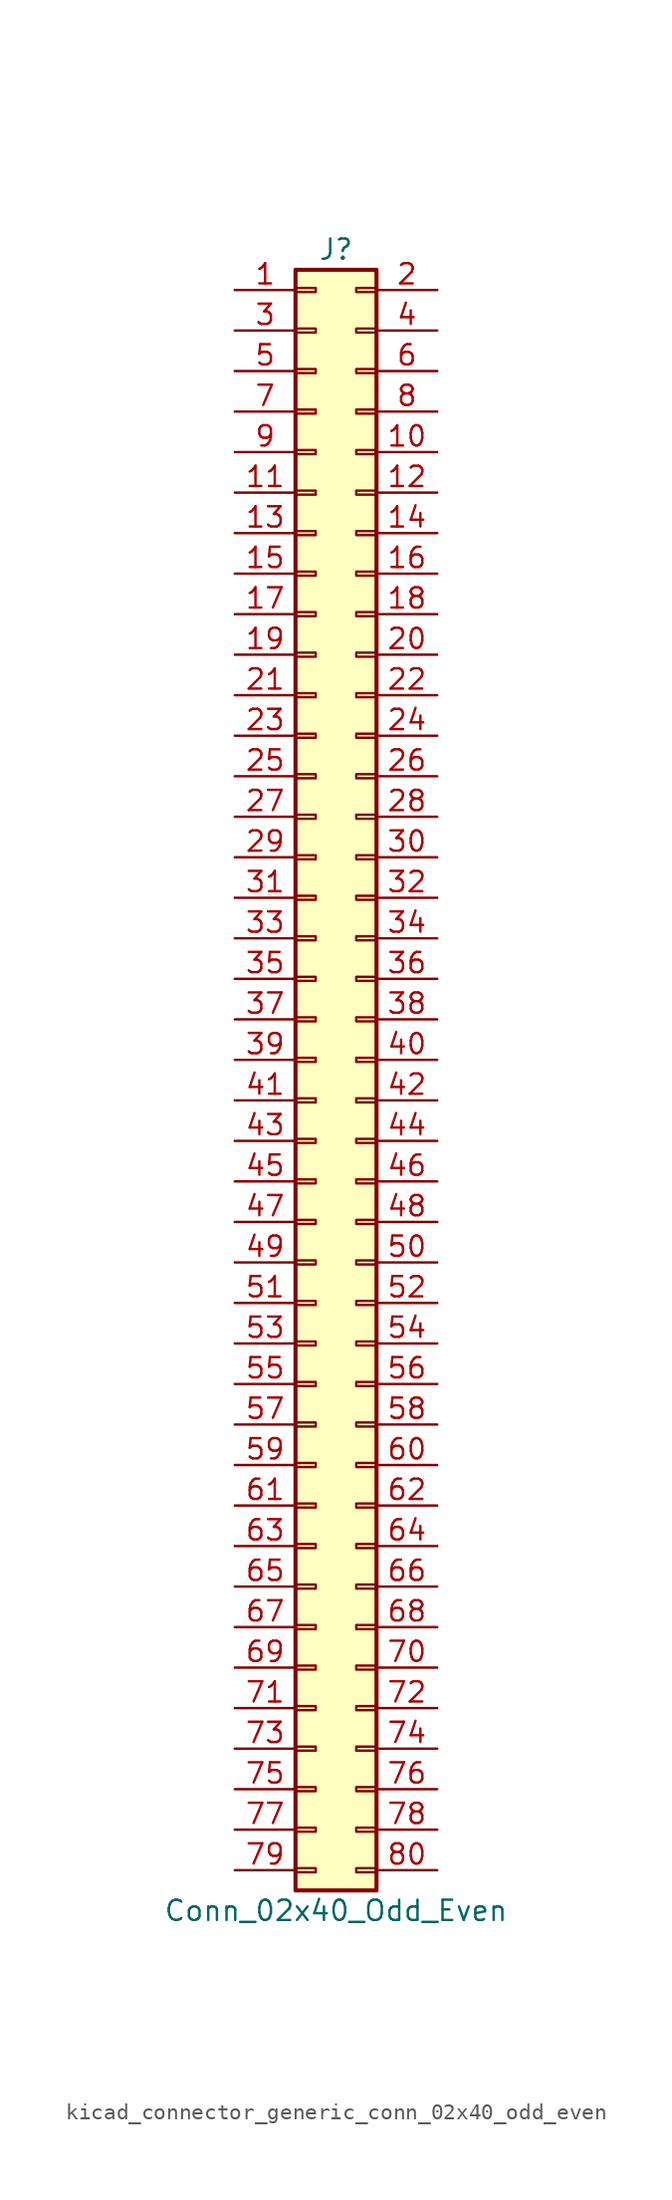
<source format=kicad_sym>
(kicad_symbol_lib
  (version 20220914)
  (generator kicad_symbol_editor)
  (symbol "kicad_connector_generic_conn_02x40_odd_even"
    (pin_names
      (offset 1.016) hide)
    (property "Reference" "J"
      (at 1.27 50.8 0)
      (effects (font (size 1.27 1.27))))
    (property "Value" "Conn_02x40_Odd_Even"
      (at 1.27 -53.34 0)
      (effects (font (size 1.27 1.27))))
    (symbol "kicad_connector_generic_conn_02x40_odd_even_1_1"
      (rectangle (start -1.27 -50.673) (end 0 -50.927) (stroke (width 0.152) (type default)) (fill (type none)))
      (rectangle (start -1.27 -48.133) (end 0 -48.387) (stroke (width 0.152) (type default)) (fill (type none)))
      (rectangle (start -1.27 -45.593) (end 0 -45.847) (stroke (width 0.152) (type default)) (fill (type none)))
      (rectangle (start -1.27 -43.053) (end 0 -43.307) (stroke (width 0.152) (type default)) (fill (type none)))
      (rectangle (start -1.27 -40.513) (end 0 -40.767) (stroke (width 0.152) (type default)) (fill (type none)))
      (rectangle (start -1.27 -37.973) (end 0 -38.227) (stroke (width 0.152) (type default)) (fill (type none)))
      (rectangle (start -1.27 -35.433) (end 0 -35.687) (stroke (width 0.152) (type default)) (fill (type none)))
      (rectangle (start -1.27 -32.893) (end 0 -33.147) (stroke (width 0.152) (type default)) (fill (type none)))
      (rectangle (start -1.27 -30.353) (end 0 -30.607) (stroke (width 0.152) (type default)) (fill (type none)))
      (rectangle (start -1.27 -27.813) (end 0 -28.067) (stroke (width 0.152) (type default)) (fill (type none)))
      (rectangle (start -1.27 -25.273) (end 0 -25.527) (stroke (width 0.152) (type default)) (fill (type none)))
      (rectangle (start -1.27 -22.733) (end 0 -22.987) (stroke (width 0.152) (type default)) (fill (type none)))
      (rectangle (start -1.27 -20.193) (end 0 -20.447) (stroke (width 0.152) (type default)) (fill (type none)))
      (rectangle (start -1.27 -17.653) (end 0 -17.907) (stroke (width 0.152) (type default)) (fill (type none)))
      (rectangle (start -1.27 -15.113) (end 0 -15.367) (stroke (width 0.152) (type default)) (fill (type none)))
      (rectangle (start -1.27 -12.573) (end 0 -12.827) (stroke (width 0.152) (type default)) (fill (type none)))
      (rectangle (start -1.27 -10.033) (end 0 -10.287) (stroke (width 0.152) (type default)) (fill (type none)))
      (rectangle (start -1.27 -7.493) (end 0 -7.747) (stroke (width 0.152) (type default)) (fill (type none)))
      (rectangle (start -1.27 -4.953) (end 0 -5.207) (stroke (width 0.152) (type default)) (fill (type none)))
      (rectangle (start -1.27 -2.413) (end 0 -2.667) (stroke (width 0.152) (type default)) (fill (type none)))
      (rectangle (start -1.27 0.127) (end 0 -0.127) (stroke (width 0.152) (type default)) (fill (type none)))
      (rectangle (start -1.27 2.667) (end 0 2.413) (stroke (width 0.152) (type default)) (fill (type none)))
      (rectangle (start -1.27 5.207) (end 0 4.953) (stroke (width 0.152) (type default)) (fill (type none)))
      (rectangle (start -1.27 7.747) (end 0 7.493) (stroke (width 0.152) (type default)) (fill (type none)))
      (rectangle (start -1.27 10.287) (end 0 10.033) (stroke (width 0.152) (type default)) (fill (type none)))
      (rectangle (start -1.27 12.827) (end 0 12.573) (stroke (width 0.152) (type default)) (fill (type none)))
      (rectangle (start -1.27 15.367) (end 0 15.113) (stroke (width 0.152) (type default)) (fill (type none)))
      (rectangle (start -1.27 17.907) (end 0 17.653) (stroke (width 0.152) (type default)) (fill (type none)))
      (rectangle (start -1.27 20.447) (end 0 20.193) (stroke (width 0.152) (type default)) (fill (type none)))
      (rectangle (start -1.27 22.987) (end 0 22.733) (stroke (width 0.152) (type default)) (fill (type none)))
      (rectangle (start -1.27 25.527) (end 0 25.273) (stroke (width 0.152) (type default)) (fill (type none)))
      (rectangle (start -1.27 28.067) (end 0 27.813) (stroke (width 0.152) (type default)) (fill (type none)))
      (rectangle (start -1.27 30.607) (end 0 30.353) (stroke (width 0.152) (type default)) (fill (type none)))
      (rectangle (start -1.27 33.147) (end 0 32.893) (stroke (width 0.152) (type default)) (fill (type none)))
      (rectangle (start -1.27 35.687) (end 0 35.433) (stroke (width 0.152) (type default)) (fill (type none)))
      (rectangle (start -1.27 38.227) (end 0 37.973) (stroke (width 0.152) (type default)) (fill (type none)))
      (rectangle (start -1.27 40.767) (end 0 40.513) (stroke (width 0.152) (type default)) (fill (type none)))
      (rectangle (start -1.27 43.307) (end 0 43.053) (stroke (width 0.152) (type default)) (fill (type none)))
      (rectangle (start -1.27 45.847) (end 0 45.593) (stroke (width 0.152) (type default)) (fill (type none)))
      (rectangle (start -1.27 48.387) (end 0 48.133) (stroke (width 0.152) (type default)) (fill (type none)))
      (rectangle (start -1.27 49.53) (end 3.81 -52.07) (stroke (width 0.254) (type default)) (fill (type background)))
      (rectangle (start 3.81 -50.673) (end 2.54 -50.927) (stroke (width 0.152) (type default)) (fill (type none)))
      (rectangle (start 3.81 -48.133) (end 2.54 -48.387) (stroke (width 0.152) (type default)) (fill (type none)))
      (rectangle (start 3.81 -45.593) (end 2.54 -45.847) (stroke (width 0.152) (type default)) (fill (type none)))
      (rectangle (start 3.81 -43.053) (end 2.54 -43.307) (stroke (width 0.152) (type default)) (fill (type none)))
      (rectangle (start 3.81 -40.513) (end 2.54 -40.767) (stroke (width 0.152) (type default)) (fill (type none)))
      (rectangle (start 3.81 -37.973) (end 2.54 -38.227) (stroke (width 0.152) (type default)) (fill (type none)))
      (rectangle (start 3.81 -35.433) (end 2.54 -35.687) (stroke (width 0.152) (type default)) (fill (type none)))
      (rectangle (start 3.81 -32.893) (end 2.54 -33.147) (stroke (width 0.152) (type default)) (fill (type none)))
      (rectangle (start 3.81 -30.353) (end 2.54 -30.607) (stroke (width 0.152) (type default)) (fill (type none)))
      (rectangle (start 3.81 -27.813) (end 2.54 -28.067) (stroke (width 0.152) (type default)) (fill (type none)))
      (rectangle (start 3.81 -25.273) (end 2.54 -25.527) (stroke (width 0.152) (type default)) (fill (type none)))
      (rectangle (start 3.81 -22.733) (end 2.54 -22.987) (stroke (width 0.152) (type default)) (fill (type none)))
      (rectangle (start 3.81 -20.193) (end 2.54 -20.447) (stroke (width 0.152) (type default)) (fill (type none)))
      (rectangle (start 3.81 -17.653) (end 2.54 -17.907) (stroke (width 0.152) (type default)) (fill (type none)))
      (rectangle (start 3.81 -15.113) (end 2.54 -15.367) (stroke (width 0.152) (type default)) (fill (type none)))
      (rectangle (start 3.81 -12.573) (end 2.54 -12.827) (stroke (width 0.152) (type default)) (fill (type none)))
      (rectangle (start 3.81 -10.033) (end 2.54 -10.287) (stroke (width 0.152) (type default)) (fill (type none)))
      (rectangle (start 3.81 -7.493) (end 2.54 -7.747) (stroke (width 0.152) (type default)) (fill (type none)))
      (rectangle (start 3.81 -4.953) (end 2.54 -5.207) (stroke (width 0.152) (type default)) (fill (type none)))
      (rectangle (start 3.81 -2.413) (end 2.54 -2.667) (stroke (width 0.152) (type default)) (fill (type none)))
      (rectangle (start 3.81 0.127) (end 2.54 -0.127) (stroke (width 0.152) (type default)) (fill (type none)))
      (rectangle (start 3.81 2.667) (end 2.54 2.413) (stroke (width 0.152) (type default)) (fill (type none)))
      (rectangle (start 3.81 5.207) (end 2.54 4.953) (stroke (width 0.152) (type default)) (fill (type none)))
      (rectangle (start 3.81 7.747) (end 2.54 7.493) (stroke (width 0.152) (type default)) (fill (type none)))
      (rectangle (start 3.81 10.287) (end 2.54 10.033) (stroke (width 0.152) (type default)) (fill (type none)))
      (rectangle (start 3.81 12.827) (end 2.54 12.573) (stroke (width 0.152) (type default)) (fill (type none)))
      (rectangle (start 3.81 15.367) (end 2.54 15.113) (stroke (width 0.152) (type default)) (fill (type none)))
      (rectangle (start 3.81 17.907) (end 2.54 17.653) (stroke (width 0.152) (type default)) (fill (type none)))
      (rectangle (start 3.81 20.447) (end 2.54 20.193) (stroke (width 0.152) (type default)) (fill (type none)))
      (rectangle (start 3.81 22.987) (end 2.54 22.733) (stroke (width 0.152) (type default)) (fill (type none)))
      (rectangle (start 3.81 25.527) (end 2.54 25.273) (stroke (width 0.152) (type default)) (fill (type none)))
      (rectangle (start 3.81 28.067) (end 2.54 27.813) (stroke (width 0.152) (type default)) (fill (type none)))
      (rectangle (start 3.81 30.607) (end 2.54 30.353) (stroke (width 0.152) (type default)) (fill (type none)))
      (rectangle (start 3.81 33.147) (end 2.54 32.893) (stroke (width 0.152) (type default)) (fill (type none)))
      (rectangle (start 3.81 35.687) (end 2.54 35.433) (stroke (width 0.152) (type default)) (fill (type none)))
      (rectangle (start 3.81 38.227) (end 2.54 37.973) (stroke (width 0.152) (type default)) (fill (type none)))
      (rectangle (start 3.81 40.767) (end 2.54 40.513) (stroke (width 0.152) (type default)) (fill (type none)))
      (rectangle (start 3.81 43.307) (end 2.54 43.053) (stroke (width 0.152) (type default)) (fill (type none)))
      (rectangle (start 3.81 45.847) (end 2.54 45.593) (stroke (width 0.152) (type default)) (fill (type none)))
      (rectangle (start 3.81 48.387) (end 2.54 48.133) (stroke (width 0.152) (type default)) (fill (type none)))
      (pin passive line (at -5.08 48.26 0) (length 3.81) (name "Pin_1" (effects (font (size 1.27 1.27)))) (number "1" (effects (font (size 1.27 1.27)))))
      (pin passive line (at 7.62 38.1 180) (length 3.81) (name "Pin_10" (effects (font (size 1.27 1.27)))) (number "10" (effects (font (size 1.27 1.27)))))
      (pin passive line (at -5.08 35.56 0) (length 3.81) (name "Pin_11" (effects (font (size 1.27 1.27)))) (number "11" (effects (font (size 1.27 1.27)))))
      (pin passive line (at 7.62 35.56 180) (length 3.81) (name "Pin_12" (effects (font (size 1.27 1.27)))) (number "12" (effects (font (size 1.27 1.27)))))
      (pin passive line (at -5.08 33.02 0) (length 3.81) (name "Pin_13" (effects (font (size 1.27 1.27)))) (number "13" (effects (font (size 1.27 1.27)))))
      (pin passive line (at 7.62 33.02 180) (length 3.81) (name "Pin_14" (effects (font (size 1.27 1.27)))) (number "14" (effects (font (size 1.27 1.27)))))
      (pin passive line (at -5.08 30.48 0) (length 3.81) (name "Pin_15" (effects (font (size 1.27 1.27)))) (number "15" (effects (font (size 1.27 1.27)))))
      (pin passive line (at 7.62 30.48 180) (length 3.81) (name "Pin_16" (effects (font (size 1.27 1.27)))) (number "16" (effects (font (size 1.27 1.27)))))
      (pin passive line (at -5.08 27.94 0) (length 3.81) (name "Pin_17" (effects (font (size 1.27 1.27)))) (number "17" (effects (font (size 1.27 1.27)))))
      (pin passive line (at 7.62 27.94 180) (length 3.81) (name "Pin_18" (effects (font (size 1.27 1.27)))) (number "18" (effects (font (size 1.27 1.27)))))
      (pin passive line (at -5.08 25.4 0) (length 3.81) (name "Pin_19" (effects (font (size 1.27 1.27)))) (number "19" (effects (font (size 1.27 1.27)))))
      (pin passive line (at 7.62 48.26 180) (length 3.81) (name "Pin_2" (effects (font (size 1.27 1.27)))) (number "2" (effects (font (size 1.27 1.27)))))
      (pin passive line (at 7.62 25.4 180) (length 3.81) (name "Pin_20" (effects (font (size 1.27 1.27)))) (number "20" (effects (font (size 1.27 1.27)))))
      (pin passive line (at -5.08 22.86 0) (length 3.81) (name "Pin_21" (effects (font (size 1.27 1.27)))) (number "21" (effects (font (size 1.27 1.27)))))
      (pin passive line (at 7.62 22.86 180) (length 3.81) (name "Pin_22" (effects (font (size 1.27 1.27)))) (number "22" (effects (font (size 1.27 1.27)))))
      (pin passive line (at -5.08 20.32 0) (length 3.81) (name "Pin_23" (effects (font (size 1.27 1.27)))) (number "23" (effects (font (size 1.27 1.27)))))
      (pin passive line (at 7.62 20.32 180) (length 3.81) (name "Pin_24" (effects (font (size 1.27 1.27)))) (number "24" (effects (font (size 1.27 1.27)))))
      (pin passive line (at -5.08 17.78 0) (length 3.81) (name "Pin_25" (effects (font (size 1.27 1.27)))) (number "25" (effects (font (size 1.27 1.27)))))
      (pin passive line (at 7.62 17.78 180) (length 3.81) (name "Pin_26" (effects (font (size 1.27 1.27)))) (number "26" (effects (font (size 1.27 1.27)))))
      (pin passive line (at -5.08 15.24 0) (length 3.81) (name "Pin_27" (effects (font (size 1.27 1.27)))) (number "27" (effects (font (size 1.27 1.27)))))
      (pin passive line (at 7.62 15.24 180) (length 3.81) (name "Pin_28" (effects (font (size 1.27 1.27)))) (number "28" (effects (font (size 1.27 1.27)))))
      (pin passive line (at -5.08 12.7 0) (length 3.81) (name "Pin_29" (effects (font (size 1.27 1.27)))) (number "29" (effects (font (size 1.27 1.27)))))
      (pin passive line (at -5.08 45.72 0) (length 3.81) (name "Pin_3" (effects (font (size 1.27 1.27)))) (number "3" (effects (font (size 1.27 1.27)))))
      (pin passive line (at 7.62 12.7 180) (length 3.81) (name "Pin_30" (effects (font (size 1.27 1.27)))) (number "30" (effects (font (size 1.27 1.27)))))
      (pin passive line (at -5.08 10.16 0) (length 3.81) (name "Pin_31" (effects (font (size 1.27 1.27)))) (number "31" (effects (font (size 1.27 1.27)))))
      (pin passive line (at 7.62 10.16 180) (length 3.81) (name "Pin_32" (effects (font (size 1.27 1.27)))) (number "32" (effects (font (size 1.27 1.27)))))
      (pin passive line (at -5.08 7.62 0) (length 3.81) (name "Pin_33" (effects (font (size 1.27 1.27)))) (number "33" (effects (font (size 1.27 1.27)))))
      (pin passive line (at 7.62 7.62 180) (length 3.81) (name "Pin_34" (effects (font (size 1.27 1.27)))) (number "34" (effects (font (size 1.27 1.27)))))
      (pin passive line (at -5.08 5.08 0) (length 3.81) (name "Pin_35" (effects (font (size 1.27 1.27)))) (number "35" (effects (font (size 1.27 1.27)))))
      (pin passive line (at 7.62 5.08 180) (length 3.81) (name "Pin_36" (effects (font (size 1.27 1.27)))) (number "36" (effects (font (size 1.27 1.27)))))
      (pin passive line (at -5.08 2.54 0) (length 3.81) (name "Pin_37" (effects (font (size 1.27 1.27)))) (number "37" (effects (font (size 1.27 1.27)))))
      (pin passive line (at 7.62 2.54 180) (length 3.81) (name "Pin_38" (effects (font (size 1.27 1.27)))) (number "38" (effects (font (size 1.27 1.27)))))
      (pin passive line (at -5.08 0 0) (length 3.81) (name "Pin_39" (effects (font (size 1.27 1.27)))) (number "39" (effects (font (size 1.27 1.27)))))
      (pin passive line (at 7.62 45.72 180) (length 3.81) (name "Pin_4" (effects (font (size 1.27 1.27)))) (number "4" (effects (font (size 1.27 1.27)))))
      (pin passive line (at 7.62 0 180) (length 3.81) (name "Pin_40" (effects (font (size 1.27 1.27)))) (number "40" (effects (font (size 1.27 1.27)))))
      (pin passive line (at -5.08 -2.54 0) (length 3.81) (name "Pin_41" (effects (font (size 1.27 1.27)))) (number "41" (effects (font (size 1.27 1.27)))))
      (pin passive line (at 7.62 -2.54 180) (length 3.81) (name "Pin_42" (effects (font (size 1.27 1.27)))) (number "42" (effects (font (size 1.27 1.27)))))
      (pin passive line (at -5.08 -5.08 0) (length 3.81) (name "Pin_43" (effects (font (size 1.27 1.27)))) (number "43" (effects (font (size 1.27 1.27)))))
      (pin passive line (at 7.62 -5.08 180) (length 3.81) (name "Pin_44" (effects (font (size 1.27 1.27)))) (number "44" (effects (font (size 1.27 1.27)))))
      (pin passive line (at -5.08 -7.62 0) (length 3.81) (name "Pin_45" (effects (font (size 1.27 1.27)))) (number "45" (effects (font (size 1.27 1.27)))))
      (pin passive line (at 7.62 -7.62 180) (length 3.81) (name "Pin_46" (effects (font (size 1.27 1.27)))) (number "46" (effects (font (size 1.27 1.27)))))
      (pin passive line (at -5.08 -10.16 0) (length 3.81) (name "Pin_47" (effects (font (size 1.27 1.27)))) (number "47" (effects (font (size 1.27 1.27)))))
      (pin passive line (at 7.62 -10.16 180) (length 3.81) (name "Pin_48" (effects (font (size 1.27 1.27)))) (number "48" (effects (font (size 1.27 1.27)))))
      (pin passive line (at -5.08 -12.7 0) (length 3.81) (name "Pin_49" (effects (font (size 1.27 1.27)))) (number "49" (effects (font (size 1.27 1.27)))))
      (pin passive line (at -5.08 43.18 0) (length 3.81) (name "Pin_5" (effects (font (size 1.27 1.27)))) (number "5" (effects (font (size 1.27 1.27)))))
      (pin passive line (at 7.62 -12.7 180) (length 3.81) (name "Pin_50" (effects (font (size 1.27 1.27)))) (number "50" (effects (font (size 1.27 1.27)))))
      (pin passive line (at -5.08 -15.24 0) (length 3.81) (name "Pin_51" (effects (font (size 1.27 1.27)))) (number "51" (effects (font (size 1.27 1.27)))))
      (pin passive line (at 7.62 -15.24 180) (length 3.81) (name "Pin_52" (effects (font (size 1.27 1.27)))) (number "52" (effects (font (size 1.27 1.27)))))
      (pin passive line (at -5.08 -17.78 0) (length 3.81) (name "Pin_53" (effects (font (size 1.27 1.27)))) (number "53" (effects (font (size 1.27 1.27)))))
      (pin passive line (at 7.62 -17.78 180) (length 3.81) (name "Pin_54" (effects (font (size 1.27 1.27)))) (number "54" (effects (font (size 1.27 1.27)))))
      (pin passive line (at -5.08 -20.32 0) (length 3.81) (name "Pin_55" (effects (font (size 1.27 1.27)))) (number "55" (effects (font (size 1.27 1.27)))))
      (pin passive line (at 7.62 -20.32 180) (length 3.81) (name "Pin_56" (effects (font (size 1.27 1.27)))) (number "56" (effects (font (size 1.27 1.27)))))
      (pin passive line (at -5.08 -22.86 0) (length 3.81) (name "Pin_57" (effects (font (size 1.27 1.27)))) (number "57" (effects (font (size 1.27 1.27)))))
      (pin passive line (at 7.62 -22.86 180) (length 3.81) (name "Pin_58" (effects (font (size 1.27 1.27)))) (number "58" (effects (font (size 1.27 1.27)))))
      (pin passive line (at -5.08 -25.4 0) (length 3.81) (name "Pin_59" (effects (font (size 1.27 1.27)))) (number "59" (effects (font (size 1.27 1.27)))))
      (pin passive line (at 7.62 43.18 180) (length 3.81) (name "Pin_6" (effects (font (size 1.27 1.27)))) (number "6" (effects (font (size 1.27 1.27)))))
      (pin passive line (at 7.62 -25.4 180) (length 3.81) (name "Pin_60" (effects (font (size 1.27 1.27)))) (number "60" (effects (font (size 1.27 1.27)))))
      (pin passive line (at -5.08 -27.94 0) (length 3.81) (name "Pin_61" (effects (font (size 1.27 1.27)))) (number "61" (effects (font (size 1.27 1.27)))))
      (pin passive line (at 7.62 -27.94 180) (length 3.81) (name "Pin_62" (effects (font (size 1.27 1.27)))) (number "62" (effects (font (size 1.27 1.27)))))
      (pin passive line (at -5.08 -30.48 0) (length 3.81) (name "Pin_63" (effects (font (size 1.27 1.27)))) (number "63" (effects (font (size 1.27 1.27)))))
      (pin passive line (at 7.62 -30.48 180) (length 3.81) (name "Pin_64" (effects (font (size 1.27 1.27)))) (number "64" (effects (font (size 1.27 1.27)))))
      (pin passive line (at -5.08 -33.02 0) (length 3.81) (name "Pin_65" (effects (font (size 1.27 1.27)))) (number "65" (effects (font (size 1.27 1.27)))))
      (pin passive line (at 7.62 -33.02 180) (length 3.81) (name "Pin_66" (effects (font (size 1.27 1.27)))) (number "66" (effects (font (size 1.27 1.27)))))
      (pin passive line (at -5.08 -35.56 0) (length 3.81) (name "Pin_67" (effects (font (size 1.27 1.27)))) (number "67" (effects (font (size 1.27 1.27)))))
      (pin passive line (at 7.62 -35.56 180) (length 3.81) (name "Pin_68" (effects (font (size 1.27 1.27)))) (number "68" (effects (font (size 1.27 1.27)))))
      (pin passive line (at -5.08 -38.1 0) (length 3.81) (name "Pin_69" (effects (font (size 1.27 1.27)))) (number "69" (effects (font (size 1.27 1.27)))))
      (pin passive line (at -5.08 40.64 0) (length 3.81) (name "Pin_7" (effects (font (size 1.27 1.27)))) (number "7" (effects (font (size 1.27 1.27)))))
      (pin passive line (at 7.62 -38.1 180) (length 3.81) (name "Pin_70" (effects (font (size 1.27 1.27)))) (number "70" (effects (font (size 1.27 1.27)))))
      (pin passive line (at -5.08 -40.64 0) (length 3.81) (name "Pin_71" (effects (font (size 1.27 1.27)))) (number "71" (effects (font (size 1.27 1.27)))))
      (pin passive line (at 7.62 -40.64 180) (length 3.81) (name "Pin_72" (effects (font (size 1.27 1.27)))) (number "72" (effects (font (size 1.27 1.27)))))
      (pin passive line (at -5.08 -43.18 0) (length 3.81) (name "Pin_73" (effects (font (size 1.27 1.27)))) (number "73" (effects (font (size 1.27 1.27)))))
      (pin passive line (at 7.62 -43.18 180) (length 3.81) (name "Pin_74" (effects (font (size 1.27 1.27)))) (number "74" (effects (font (size 1.27 1.27)))))
      (pin passive line (at -5.08 -45.72 0) (length 3.81) (name "Pin_75" (effects (font (size 1.27 1.27)))) (number "75" (effects (font (size 1.27 1.27)))))
      (pin passive line (at 7.62 -45.72 180) (length 3.81) (name "Pin_76" (effects (font (size 1.27 1.27)))) (number "76" (effects (font (size 1.27 1.27)))))
      (pin passive line (at -5.08 -48.26 0) (length 3.81) (name "Pin_77" (effects (font (size 1.27 1.27)))) (number "77" (effects (font (size 1.27 1.27)))))
      (pin passive line (at 7.62 -48.26 180) (length 3.81) (name "Pin_78" (effects (font (size 1.27 1.27)))) (number "78" (effects (font (size 1.27 1.27)))))
      (pin passive line (at -5.08 -50.8 0) (length 3.81) (name "Pin_79" (effects (font (size 1.27 1.27)))) (number "79" (effects (font (size 1.27 1.27)))))
      (pin passive line (at 7.62 40.64 180) (length 3.81) (name "Pin_8" (effects (font (size 1.27 1.27)))) (number "8" (effects (font (size 1.27 1.27)))))
      (pin passive line (at 7.62 -50.8 180) (length 3.81) (name "Pin_80" (effects (font (size 1.27 1.27)))) (number "80" (effects (font (size 1.27 1.27)))))
      (pin passive line (at -5.08 38.1 0) (length 3.81) (name "Pin_9" (effects (font (size 1.27 1.27)))) (number "9" (effects (font (size 1.27 1.27))))))))
</source>
